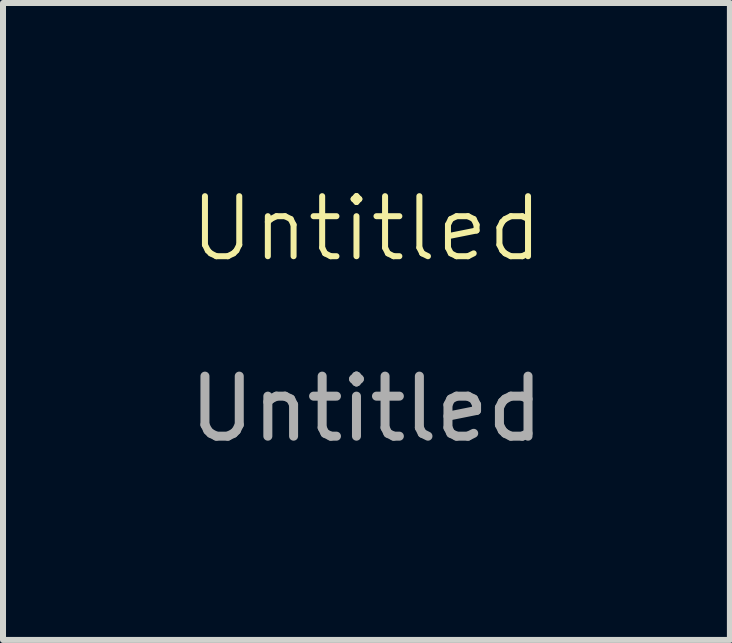
<source format=kicad_pcb>
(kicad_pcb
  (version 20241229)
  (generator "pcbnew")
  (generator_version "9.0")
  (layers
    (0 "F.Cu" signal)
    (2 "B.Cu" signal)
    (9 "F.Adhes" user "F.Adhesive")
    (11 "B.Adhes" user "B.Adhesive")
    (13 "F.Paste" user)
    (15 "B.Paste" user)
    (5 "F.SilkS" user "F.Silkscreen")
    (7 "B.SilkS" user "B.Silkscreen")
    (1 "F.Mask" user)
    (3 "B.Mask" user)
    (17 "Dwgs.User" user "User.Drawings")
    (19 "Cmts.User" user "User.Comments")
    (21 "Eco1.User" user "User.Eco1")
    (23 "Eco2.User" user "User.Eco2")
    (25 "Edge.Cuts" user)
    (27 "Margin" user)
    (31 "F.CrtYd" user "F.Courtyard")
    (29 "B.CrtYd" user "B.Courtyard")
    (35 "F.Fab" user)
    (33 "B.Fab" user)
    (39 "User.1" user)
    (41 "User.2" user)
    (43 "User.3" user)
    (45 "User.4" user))
  (footprint "Untitled"
    (layer "F.Cu")
    (at 3.054 1.26)
    (property "Reference" "Untitled" (at 0 -0.5 0) (unlocked yes) (layer "F.SilkS") (effects (font (size 1 1) (thickness 0.1))))
    (attr board_only exclude_from_pos_files exclude_from_bom)
    (fp_text user "${REFERENCE}" (at 0 2.5 0) (unlocked yes) (layer "F.Fab") (effects (font (size 1 1) (thickness 0.15)))))
  (gr_rect
    (start -3 -3)
    (end 9.107 7.609)
    (stroke (width 0.1) (type default))
    (fill no)
    (layer "Edge.Cuts")))
</source>
